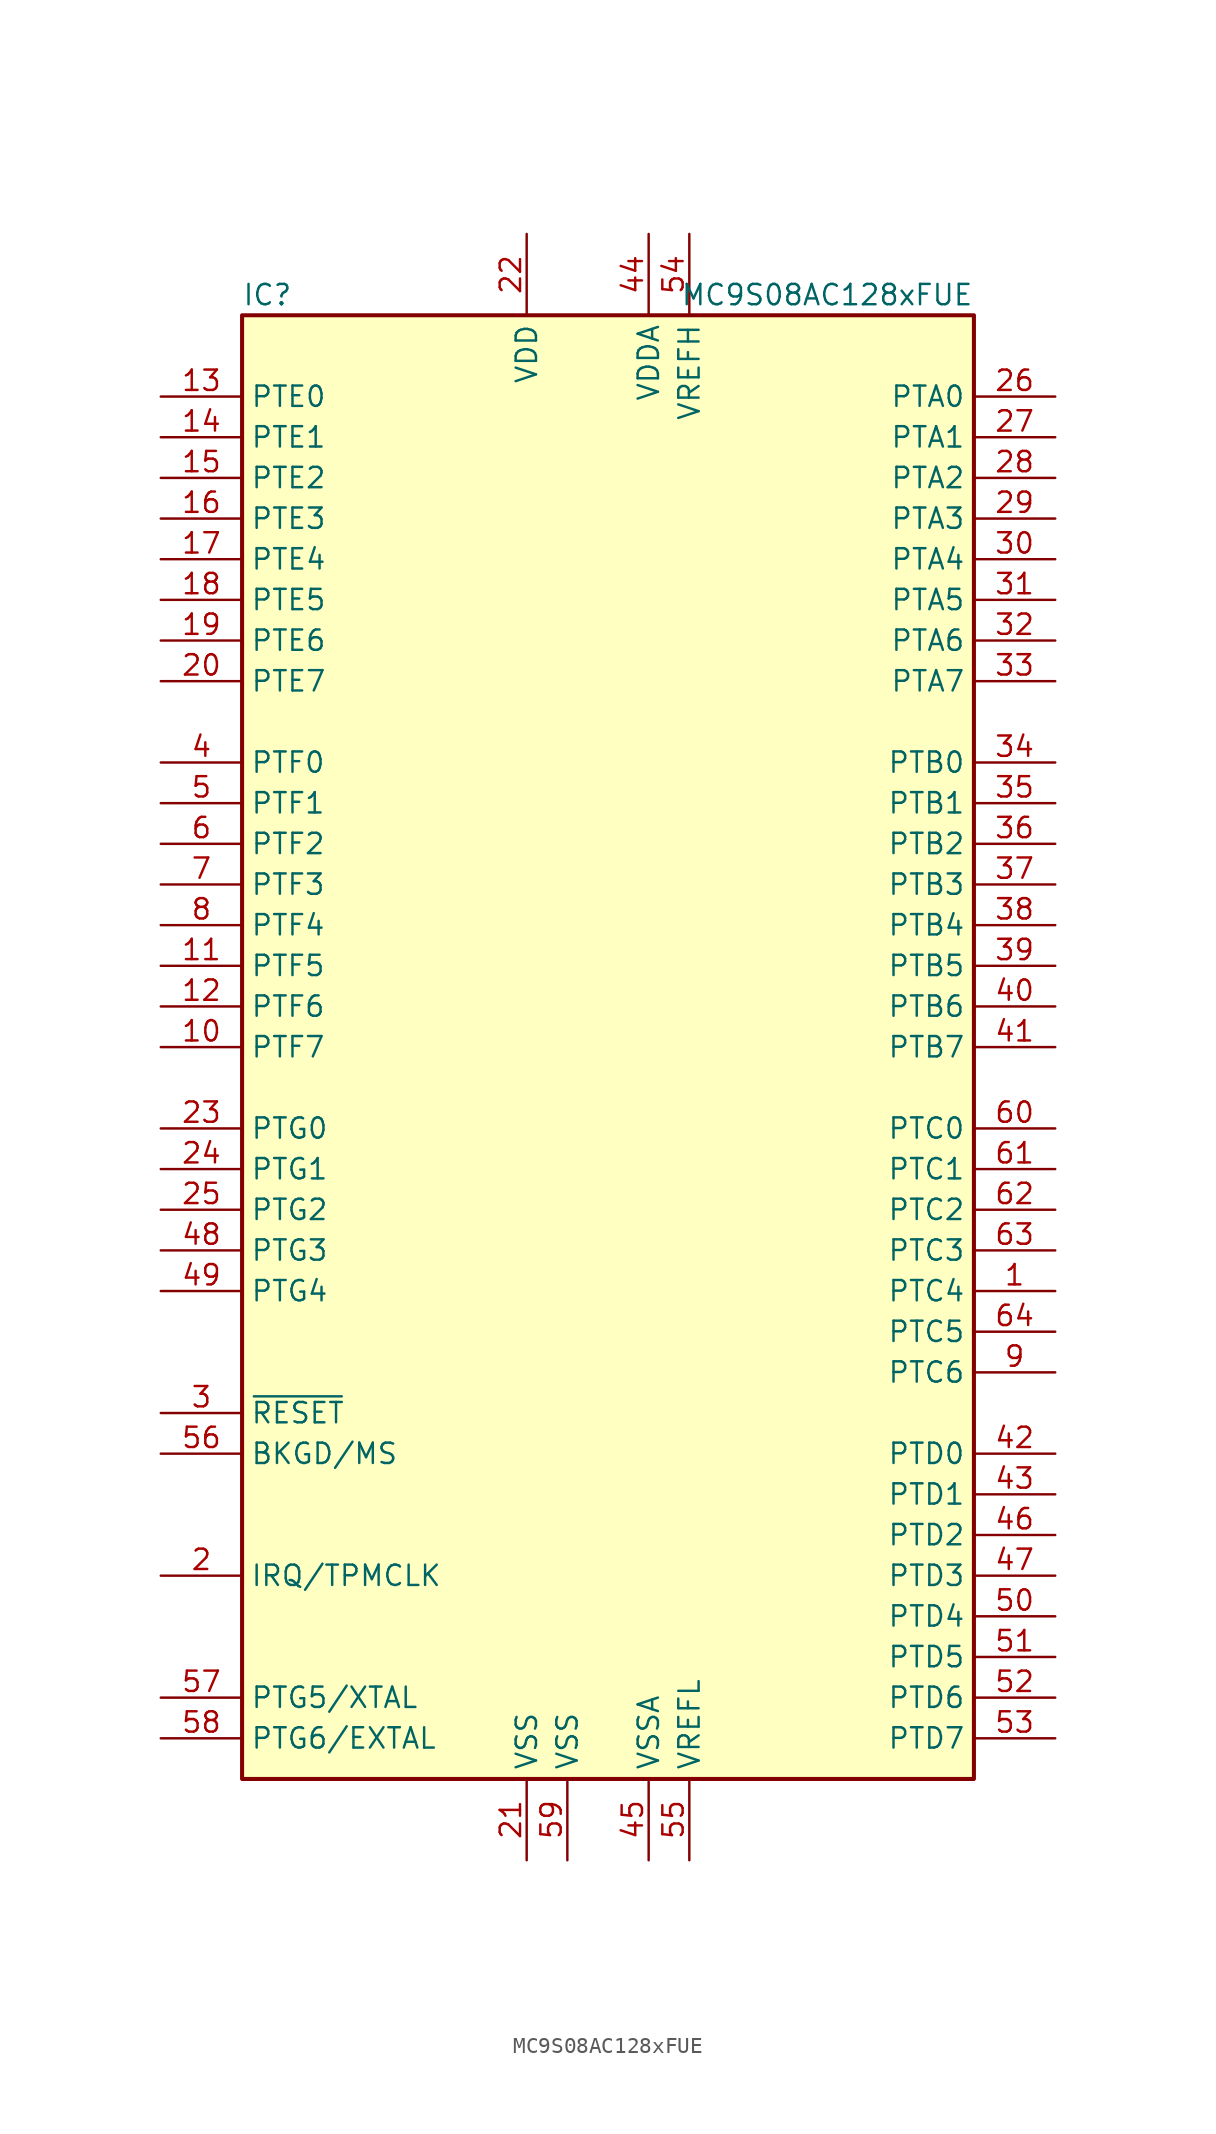
<source format=kicad_sym>
(kicad_symbol_lib
  (version 20201005)
  (generator kicad_symbol_editor)
  (symbol "MCU_NXP_S08:MC9S08AC128xFUE"
    (property "Reference" "IC"
      (at -22.86 46.99 0)
      (effects (font (size 1.27 1.27)) (justify left)))
    (property "Value" "MC9S08AC128xFUE"
      (at 22.86 46.99 0)
      (effects (font (size 1.27 1.27)) (justify right)))
    (symbol "MC9S08AC128xFUE_0_1"
      (rectangle (start -22.86 45.72) (end 22.86 -45.72) (stroke (width 0.254)) (fill (type background))))
    (symbol "MC9S08AC128xFUE_1_1"
      (pin bidirectional line (at 27.94 -15.24 180) (length 5.08) (name "PTC4" (effects (font (size 1.27 1.27)))) (number "1" (effects (font (size 1.27 1.27)))))
      (pin bidirectional line (at -27.94 0 0) (length 5.08) (name "PTF7" (effects (font (size 1.27 1.27)))) (number "10" (effects (font (size 1.27 1.27)))))
      (pin bidirectional line (at -27.94 5.08 0) (length 5.08) (name "PTF5" (effects (font (size 1.27 1.27)))) (number "11" (effects (font (size 1.27 1.27)))))
      (pin bidirectional line (at -27.94 2.54 0) (length 5.08) (name "PTF6" (effects (font (size 1.27 1.27)))) (number "12" (effects (font (size 1.27 1.27)))))
      (pin bidirectional line (at -27.94 40.64 0) (length 5.08) (name "PTE0" (effects (font (size 1.27 1.27)))) (number "13" (effects (font (size 1.27 1.27)))))
      (pin bidirectional line (at -27.94 38.1 0) (length 5.08) (name "PTE1" (effects (font (size 1.27 1.27)))) (number "14" (effects (font (size 1.27 1.27)))))
      (pin bidirectional line (at -27.94 35.56 0) (length 5.08) (name "PTE2" (effects (font (size 1.27 1.27)))) (number "15" (effects (font (size 1.27 1.27)))))
      (pin bidirectional line (at -27.94 33.02 0) (length 5.08) (name "PTE3" (effects (font (size 1.27 1.27)))) (number "16" (effects (font (size 1.27 1.27)))))
      (pin bidirectional line (at -27.94 30.48 0) (length 5.08) (name "PTE4" (effects (font (size 1.27 1.27)))) (number "17" (effects (font (size 1.27 1.27)))))
      (pin bidirectional line (at -27.94 27.94 0) (length 5.08) (name "PTE5" (effects (font (size 1.27 1.27)))) (number "18" (effects (font (size 1.27 1.27)))))
      (pin bidirectional line (at -27.94 25.4 0) (length 5.08) (name "PTE6" (effects (font (size 1.27 1.27)))) (number "19" (effects (font (size 1.27 1.27)))))
      (pin input line (at -27.94 -33.02 0) (length 5.08) (name "IRQ/TPMCLK" (effects (font (size 1.27 1.27)))) (number "2" (effects (font (size 1.27 1.27)))))
      (pin bidirectional line (at -27.94 22.86 0) (length 5.08) (name "PTE7" (effects (font (size 1.27 1.27)))) (number "20" (effects (font (size 1.27 1.27)))))
      (pin power_in line (at -5.08 -50.8 90) (length 5.08) (name "VSS" (effects (font (size 1.27 1.27)))) (number "21" (effects (font (size 1.27 1.27)))))
      (pin power_in line (at -5.08 50.8 270) (length 5.08) (name "VDD" (effects (font (size 1.27 1.27)))) (number "22" (effects (font (size 1.27 1.27)))))
      (pin bidirectional line (at -27.94 -5.08 0) (length 5.08) (name "PTG0" (effects (font (size 1.27 1.27)))) (number "23" (effects (font (size 1.27 1.27)))))
      (pin bidirectional line (at -27.94 -7.62 0) (length 5.08) (name "PTG1" (effects (font (size 1.27 1.27)))) (number "24" (effects (font (size 1.27 1.27)))))
      (pin bidirectional line (at -27.94 -10.16 0) (length 5.08) (name "PTG2" (effects (font (size 1.27 1.27)))) (number "25" (effects (font (size 1.27 1.27)))))
      (pin bidirectional line (at 27.94 40.64 180) (length 5.08) (name "PTA0" (effects (font (size 1.27 1.27)))) (number "26" (effects (font (size 1.27 1.27)))))
      (pin bidirectional line (at 27.94 38.1 180) (length 5.08) (name "PTA1" (effects (font (size 1.27 1.27)))) (number "27" (effects (font (size 1.27 1.27)))))
      (pin bidirectional line (at 27.94 35.56 180) (length 5.08) (name "PTA2" (effects (font (size 1.27 1.27)))) (number "28" (effects (font (size 1.27 1.27)))))
      (pin bidirectional line (at 27.94 33.02 180) (length 5.08) (name "PTA3" (effects (font (size 1.27 1.27)))) (number "29" (effects (font (size 1.27 1.27)))))
      (pin input line (at -27.94 -22.86 0) (length 5.08) (name "~RESET" (effects (font (size 1.27 1.27)))) (number "3" (effects (font (size 1.27 1.27)))))
      (pin bidirectional line (at 27.94 30.48 180) (length 5.08) (name "PTA4" (effects (font (size 1.27 1.27)))) (number "30" (effects (font (size 1.27 1.27)))))
      (pin bidirectional line (at 27.94 27.94 180) (length 5.08) (name "PTA5" (effects (font (size 1.27 1.27)))) (number "31" (effects (font (size 1.27 1.27)))))
      (pin bidirectional line (at 27.94 25.4 180) (length 5.08) (name "PTA6" (effects (font (size 1.27 1.27)))) (number "32" (effects (font (size 1.27 1.27)))))
      (pin bidirectional line (at 27.94 22.86 180) (length 5.08) (name "PTA7" (effects (font (size 1.27 1.27)))) (number "33" (effects (font (size 1.27 1.27)))))
      (pin bidirectional line (at 27.94 17.78 180) (length 5.08) (name "PTB0" (effects (font (size 1.27 1.27)))) (number "34" (effects (font (size 1.27 1.27)))))
      (pin bidirectional line (at 27.94 15.24 180) (length 5.08) (name "PTB1" (effects (font (size 1.27 1.27)))) (number "35" (effects (font (size 1.27 1.27)))))
      (pin bidirectional line (at 27.94 12.7 180) (length 5.08) (name "PTB2" (effects (font (size 1.27 1.27)))) (number "36" (effects (font (size 1.27 1.27)))))
      (pin bidirectional line (at 27.94 10.16 180) (length 5.08) (name "PTB3" (effects (font (size 1.27 1.27)))) (number "37" (effects (font (size 1.27 1.27)))))
      (pin bidirectional line (at 27.94 7.62 180) (length 5.08) (name "PTB4" (effects (font (size 1.27 1.27)))) (number "38" (effects (font (size 1.27 1.27)))))
      (pin bidirectional line (at 27.94 5.08 180) (length 5.08) (name "PTB5" (effects (font (size 1.27 1.27)))) (number "39" (effects (font (size 1.27 1.27)))))
      (pin bidirectional line (at -27.94 17.78 0) (length 5.08) (name "PTF0" (effects (font (size 1.27 1.27)))) (number "4" (effects (font (size 1.27 1.27)))))
      (pin bidirectional line (at 27.94 2.54 180) (length 5.08) (name "PTB6" (effects (font (size 1.27 1.27)))) (number "40" (effects (font (size 1.27 1.27)))))
      (pin bidirectional line (at 27.94 0 180) (length 5.08) (name "PTB7" (effects (font (size 1.27 1.27)))) (number "41" (effects (font (size 1.27 1.27)))))
      (pin bidirectional line (at 27.94 -25.4 180) (length 5.08) (name "PTD0" (effects (font (size 1.27 1.27)))) (number "42" (effects (font (size 1.27 1.27)))))
      (pin bidirectional line (at 27.94 -27.94 180) (length 5.08) (name "PTD1" (effects (font (size 1.27 1.27)))) (number "43" (effects (font (size 1.27 1.27)))))
      (pin power_in line (at 2.54 50.8 270) (length 5.08) (name "VDDA" (effects (font (size 1.27 1.27)))) (number "44" (effects (font (size 1.27 1.27)))))
      (pin power_in line (at 2.54 -50.8 90) (length 5.08) (name "VSSA" (effects (font (size 1.27 1.27)))) (number "45" (effects (font (size 1.27 1.27)))))
      (pin bidirectional line (at 27.94 -30.48 180) (length 5.08) (name "PTD2" (effects (font (size 1.27 1.27)))) (number "46" (effects (font (size 1.27 1.27)))))
      (pin bidirectional line (at 27.94 -33.02 180) (length 5.08) (name "PTD3" (effects (font (size 1.27 1.27)))) (number "47" (effects (font (size 1.27 1.27)))))
      (pin bidirectional line (at -27.94 -12.7 0) (length 5.08) (name "PTG3" (effects (font (size 1.27 1.27)))) (number "48" (effects (font (size 1.27 1.27)))))
      (pin bidirectional line (at -27.94 -15.24 0) (length 5.08) (name "PTG4" (effects (font (size 1.27 1.27)))) (number "49" (effects (font (size 1.27 1.27)))))
      (pin bidirectional line (at -27.94 15.24 0) (length 5.08) (name "PTF1" (effects (font (size 1.27 1.27)))) (number "5" (effects (font (size 1.27 1.27)))))
      (pin bidirectional line (at 27.94 -35.56 180) (length 5.08) (name "PTD4" (effects (font (size 1.27 1.27)))) (number "50" (effects (font (size 1.27 1.27)))))
      (pin bidirectional line (at 27.94 -38.1 180) (length 5.08) (name "PTD5" (effects (font (size 1.27 1.27)))) (number "51" (effects (font (size 1.27 1.27)))))
      (pin bidirectional line (at 27.94 -40.64 180) (length 5.08) (name "PTD6" (effects (font (size 1.27 1.27)))) (number "52" (effects (font (size 1.27 1.27)))))
      (pin bidirectional line (at 27.94 -43.18 180) (length 5.08) (name "PTD7" (effects (font (size 1.27 1.27)))) (number "53" (effects (font (size 1.27 1.27)))))
      (pin power_in line (at 5.08 50.8 270) (length 5.08) (name "VREFH" (effects (font (size 1.27 1.27)))) (number "54" (effects (font (size 1.27 1.27)))))
      (pin power_in line (at 5.08 -50.8 90) (length 5.08) (name "VREFL" (effects (font (size 1.27 1.27)))) (number "55" (effects (font (size 1.27 1.27)))))
      (pin bidirectional line (at -27.94 -25.4 0) (length 5.08) (name "BKGD/MS" (effects (font (size 1.27 1.27)))) (number "56" (effects (font (size 1.27 1.27)))))
      (pin bidirectional line (at -27.94 -40.64 0) (length 5.08) (name "PTG5/XTAL" (effects (font (size 1.27 1.27)))) (number "57" (effects (font (size 1.27 1.27)))))
      (pin bidirectional line (at -27.94 -43.18 0) (length 5.08) (name "PTG6/EXTAL" (effects (font (size 1.27 1.27)))) (number "58" (effects (font (size 1.27 1.27)))))
      (pin power_in line (at -2.54 -50.8 90) (length 5.08) (name "VSS" (effects (font (size 1.27 1.27)))) (number "59" (effects (font (size 1.27 1.27)))))
      (pin bidirectional line (at -27.94 12.7 0) (length 5.08) (name "PTF2" (effects (font (size 1.27 1.27)))) (number "6" (effects (font (size 1.27 1.27)))))
      (pin bidirectional line (at 27.94 -5.08 180) (length 5.08) (name "PTC0" (effects (font (size 1.27 1.27)))) (number "60" (effects (font (size 1.27 1.27)))))
      (pin bidirectional line (at 27.94 -7.62 180) (length 5.08) (name "PTC1" (effects (font (size 1.27 1.27)))) (number "61" (effects (font (size 1.27 1.27)))))
      (pin bidirectional line (at 27.94 -10.16 180) (length 5.08) (name "PTC2" (effects (font (size 1.27 1.27)))) (number "62" (effects (font (size 1.27 1.27)))))
      (pin bidirectional line (at 27.94 -12.7 180) (length 5.08) (name "PTC3" (effects (font (size 1.27 1.27)))) (number "63" (effects (font (size 1.27 1.27)))))
      (pin bidirectional line (at 27.94 -17.78 180) (length 5.08) (name "PTC5" (effects (font (size 1.27 1.27)))) (number "64" (effects (font (size 1.27 1.27)))))
      (pin bidirectional line (at -27.94 10.16 0) (length 5.08) (name "PTF3" (effects (font (size 1.27 1.27)))) (number "7" (effects (font (size 1.27 1.27)))))
      (pin bidirectional line (at -27.94 7.62 0) (length 5.08) (name "PTF4" (effects (font (size 1.27 1.27)))) (number "8" (effects (font (size 1.27 1.27)))))
      (pin bidirectional line (at 27.94 -20.32 180) (length 5.08) (name "PTC6" (effects (font (size 1.27 1.27)))) (number "9" (effects (font (size 1.27 1.27))))))))
</source>
